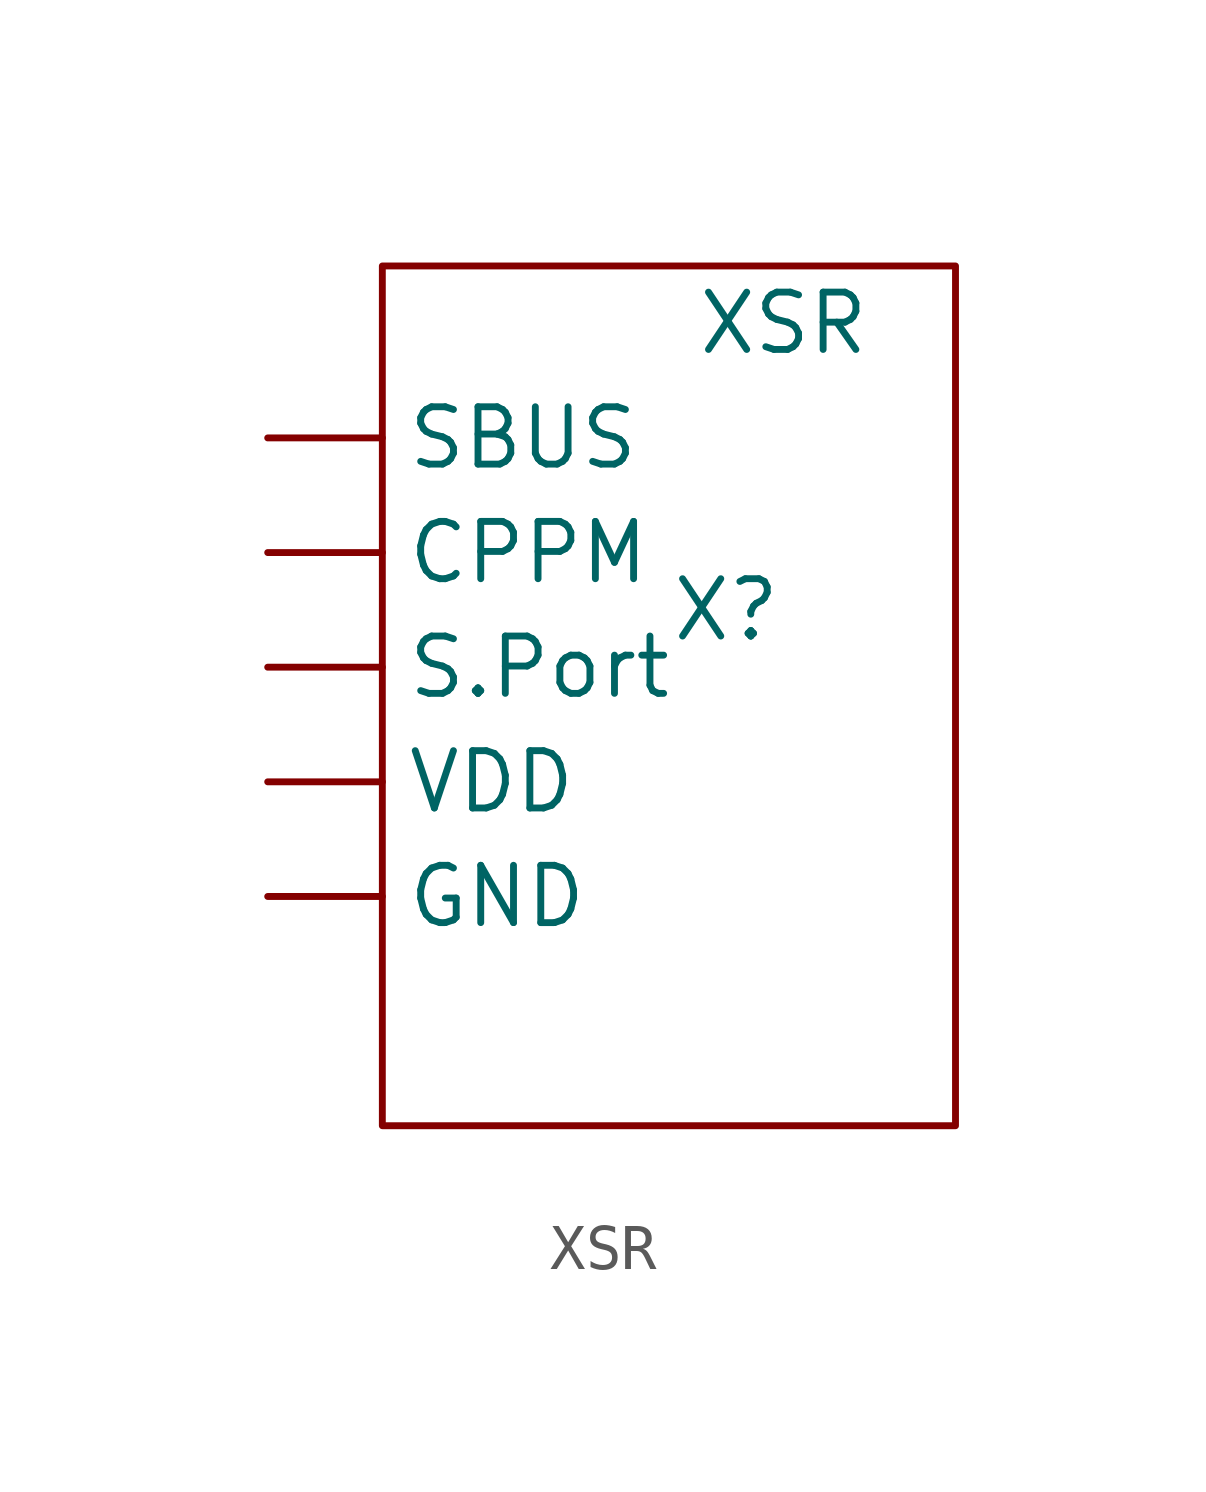
<source format=kicad_sym>
(kicad_symbol_lib
  (version 20220914)
  (generator kicad_symbol_editor)
  (symbol "XSR"
    (pin_numbers hide)
    (property "Reference" "X"
      (at 7.62 1.27 0)
      (effects (font (size 1.27 1.27))))
    (property "Value" "XSR"
      (at 8.89 7.62 0)
      (effects (font (size 1.27 1.27))))
    (symbol "XSR_0_1"
      (rectangle (start 0 8.89) (end 12.7 -10.16) (stroke (width 0) (type default)) (fill (type none))))
    (symbol "XSR_1_1"
      (pin output line (at -2.54 5.08 0) (length 2.54) (name "SBUS" (effects (font (size 1.27 1.27)))) (number "1" (effects (font (size 1.27 1.27)))))
      (pin output line (at -2.54 2.54 0) (length 2.54) (name "CPPM" (effects (font (size 1.27 1.27)))) (number "2" (effects (font (size 1.27 1.27)))))
      (pin bidirectional line (at -2.54 0 0) (length 2.54) (name "S.Port" (effects (font (size 1.27 1.27)))) (number "3" (effects (font (size 1.27 1.27)))))
      (pin power_in line (at -2.54 -2.54 0) (length 2.54) (name "VDD" (effects (font (size 1.27 1.27)))) (number "4" (effects (font (size 1.27 1.27)))))
      (pin passive line (at -2.54 -5.08 0) (length 2.54) (name "GND" (effects (font (size 1.27 1.27)))) (number "5" (effects (font (size 1.27 1.27))))))))
</source>
